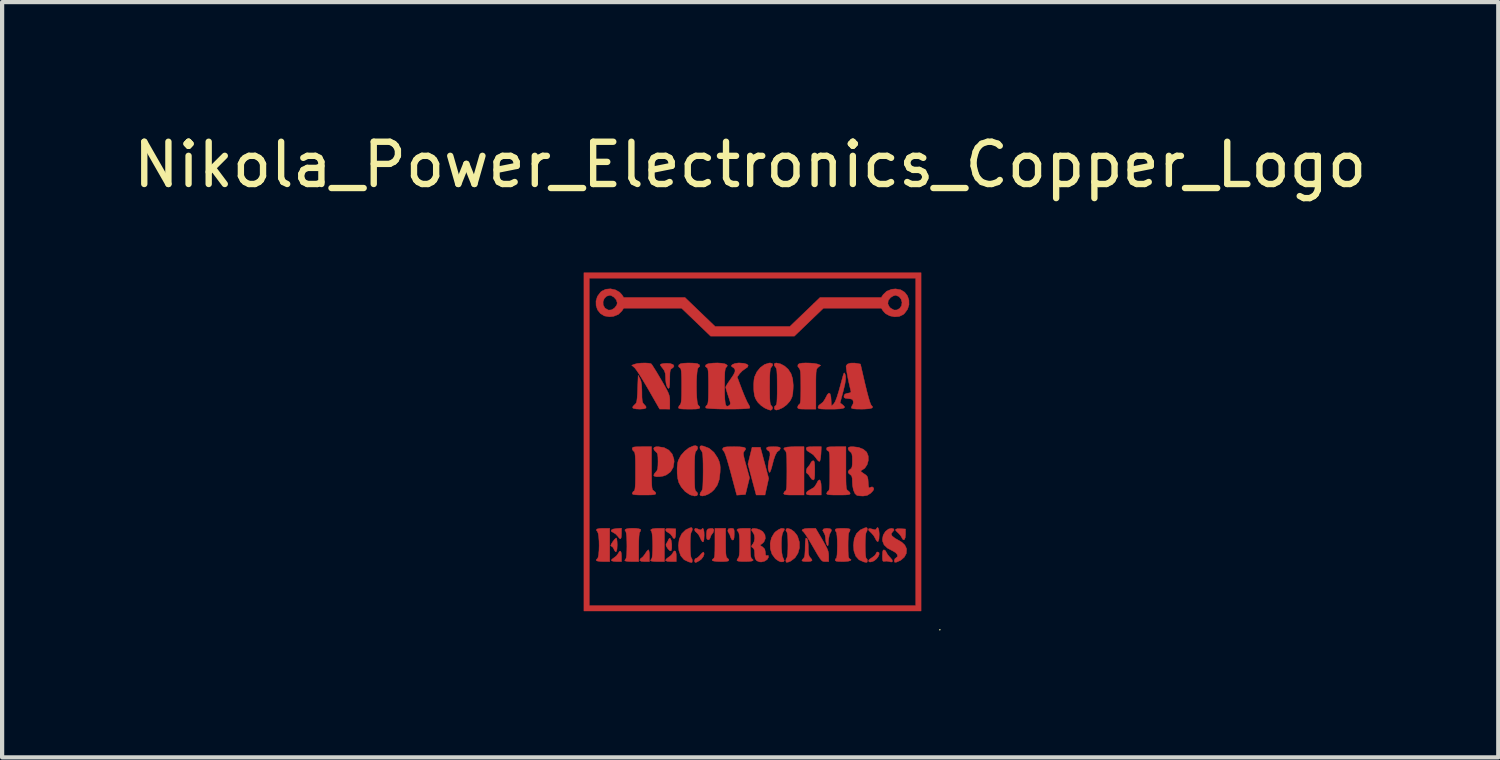
<source format=kicad_pcb>
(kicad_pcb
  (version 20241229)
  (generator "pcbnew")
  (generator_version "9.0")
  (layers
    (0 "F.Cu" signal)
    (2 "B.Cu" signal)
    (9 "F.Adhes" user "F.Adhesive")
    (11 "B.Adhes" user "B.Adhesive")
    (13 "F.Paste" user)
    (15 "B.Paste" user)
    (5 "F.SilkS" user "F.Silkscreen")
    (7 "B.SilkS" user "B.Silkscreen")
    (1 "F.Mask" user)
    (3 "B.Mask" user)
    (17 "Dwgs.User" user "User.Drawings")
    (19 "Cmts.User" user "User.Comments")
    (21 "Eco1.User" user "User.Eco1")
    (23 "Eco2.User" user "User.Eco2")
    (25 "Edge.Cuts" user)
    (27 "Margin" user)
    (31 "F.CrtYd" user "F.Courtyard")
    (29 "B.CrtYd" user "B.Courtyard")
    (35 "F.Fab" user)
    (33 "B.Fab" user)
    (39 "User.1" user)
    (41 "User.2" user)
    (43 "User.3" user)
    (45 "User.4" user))
  (footprint "Nikola_Power_Electronics_Copper_Logo"
    (layer "F.Cu")
    (at 14.696 1.348)
    (property "Reference" "Nikola_Power_Electronics_Copper_Logo" (at 0 -0.5 0) (unlocked yes) (layer "F.SilkS") (effects (font (size 1 1) (thickness 0.15))))
    (attr smd)
    (fp_poly (pts (xy 0.34 6.55) (xy 0.438 6.919) (xy 0.351 7.312) (xy 0.142 7.312) (xy 0.044 6.946) (xy -0.053 6.58) (xy -0.004 6.381) (xy 0.045 6.182) (xy 0.241 6.182) (xy 0.34 6.55)) (stroke (width 0.01) (type solid)) (fill yes) (layer "F.Cu"))
    (fp_poly (pts (xy 4.043 10.056) (xy -3.933 10.056) (xy -3.933 2.182) (xy -3.806 2.182) (xy -3.806 9.928) (xy 3.916 9.928) (xy 3.916 2.182) (xy -3.806 2.182) (xy -3.933 2.182) (xy -3.933 2.054) (xy 4.043 2.054) (xy 4.043 10.056)) (stroke (width 0.01) (type solid)) (fill yes) (layer "F.Cu"))
    (fp_poly (pts (xy -3.044 8.225) (xy -3.049 8.311) (xy -3.065 8.348) (xy -3.094 8.337) (xy -3.131 8.289) (xy -3.184 8.233) (xy -3.238 8.2) (xy -3.286 8.171) (xy -3.287 8.142) (xy -3.245 8.118) (xy -3.165 8.105) (xy -3.162 8.105) (xy -3.044 8.097) (xy -3.044 8.225)) (stroke (width 0.01) (type solid)) (fill yes) (layer "F.Cu"))
    (fp_poly (pts (xy -1.882 8.105) (xy -1.761 8.112) (xy -1.761 8.225) (xy -1.769 8.304) (xy -1.789 8.342) (xy -1.817 8.335) (xy -1.845 8.29) (xy -1.89 8.232) (xy -1.939 8.201) (xy -1.986 8.17) (xy -2.002 8.137) (xy -1.992 8.113) (xy -1.953 8.103) (xy -1.882 8.105)) (stroke (width 0.01) (type solid)) (fill yes) (layer "F.Cu"))
    (fp_poly (pts (xy 3.675 8.116) (xy 3.675 8.239) (xy 3.667 8.321) (xy 3.647 8.367) (xy 3.621 8.372) (xy 3.592 8.332) (xy 3.588 8.321) (xy 3.55 8.26) (xy 3.499 8.207) (xy 3.446 8.157) (xy 3.439 8.125) (xy 3.48 8.109) (xy 3.554 8.109) (xy 3.675 8.116)) (stroke (width 0.01) (type solid)) (fill yes) (layer "F.Cu"))
    (fp_poly (pts (xy -3.049 8.682) (xy -3.044 8.76) (xy -3.044 8.887) (xy -3.157 8.887) (xy -3.228 8.882) (xy -3.276 8.869) (xy -3.284 8.863) (xy -3.275 8.836) (xy -3.232 8.804) (xy -3.227 8.801) (xy -3.165 8.753) (xy -3.125 8.699) (xy -3.092 8.645) (xy -3.066 8.64) (xy -3.049 8.682)) (stroke (width 0.01) (type solid)) (fill yes) (layer "F.Cu"))
    (fp_poly (pts (xy -1.889 8.341) (xy -1.868 8.387) (xy -1.856 8.466) (xy -1.855 8.48) (xy -1.855 8.579) (xy -1.869 8.63) (xy -1.898 8.633) (xy -1.942 8.589) (xy -1.95 8.578) (xy -1.987 8.52) (xy -1.992 8.48) (xy -1.98 8.458) (xy -1.946 8.399) (xy -1.935 8.372) (xy -1.912 8.334) (xy -1.889 8.341)) (stroke (width 0.01) (type solid)) (fill yes) (layer "F.Cu"))
    (fp_poly (pts (xy -2.394 8.631) (xy -2.385 8.69) (xy -2.383 8.747) (xy -2.383 8.887) (xy -2.498 8.887) (xy -2.575 8.881) (xy -2.609 8.863) (xy -2.612 8.852) (xy -2.591 8.813) (xy -2.573 8.802) (xy -2.536 8.771) (xy -2.493 8.715) (xy -2.482 8.697) (xy -2.444 8.641) (xy -2.413 8.61) (xy -2.406 8.608) (xy -2.394 8.631)) (stroke (width 0.01) (type solid)) (fill yes) (layer "F.Cu"))
    (fp_poly (pts (xy -1.761 8.65) (xy -1.75 8.707) (xy -1.748 8.76) (xy -1.748 8.887) (xy -1.875 8.887) (xy -1.962 8.881) (xy -2 8.863) (xy -2.002 8.855) (xy -1.982 8.823) (xy -1.933 8.784) (xy -1.924 8.779) (xy -1.867 8.735) (xy -1.833 8.688) (xy -1.832 8.684) (xy -1.806 8.643) (xy -1.784 8.633) (xy -1.761 8.65)) (stroke (width 0.01) (type solid)) (fill yes) (layer "F.Cu"))
    (fp_poly (pts (xy -1.099 8.664) (xy -1.088 8.707) (xy -1.108 8.766) (xy -1.152 8.826) (xy -1.197 8.862) (xy -1.265 8.9) (xy -1.301 8.908) (xy -1.315 8.886) (xy -1.317 8.862) (xy -1.302 8.821) (xy -1.28 8.811) (xy -1.243 8.792) (xy -1.194 8.746) (xy -1.18 8.729) (xy -1.137 8.682) (xy -1.105 8.663) (xy -1.099 8.664)) (stroke (width 0.01) (type solid)) (fill yes) (layer "F.Cu"))
    (fp_poly (pts (xy 3.048 8.674) (xy 3.051 8.714) (xy 3.03 8.767) (xy 2.989 8.822) (xy 2.935 8.866) (xy 2.9 8.883) (xy 2.845 8.897) (xy 2.813 8.893) (xy 2.8 8.865) (xy 2.823 8.832) (xy 2.887 8.789) (xy 2.943 8.747) (xy 2.974 8.707) (xy 2.976 8.697) (xy 2.996 8.663) (xy 3.014 8.659) (xy 3.048 8.674)) (stroke (width 0.01) (type solid)) (fill yes) (layer "F.Cu"))
    (fp_poly (pts (xy -3.156 8.351) (xy -3.148 8.412) (xy -3.145 8.493) (xy -3.15 8.591) (xy -3.164 8.646) (xy -3.186 8.656) (xy -3.212 8.618) (xy -3.222 8.595) (xy -3.248 8.548) (xy -3.272 8.531) (xy -3.297 8.512) (xy -3.298 8.505) (xy -3.283 8.467) (xy -3.249 8.414) (xy -3.209 8.363) (xy -3.174 8.331) (xy -3.166 8.328) (xy -3.156 8.351)) (stroke (width 0.01) (type solid)) (fill yes) (layer "F.Cu"))
    (fp_poly (pts (xy 1.662 6.977) (xy 1.677 7.048) (xy 1.681 7.135) (xy 1.681 7.312) (xy 1.503 7.312) (xy 1.408 7.311) (xy 1.354 7.304) (xy 1.33 7.289) (xy 1.325 7.268) (xy 1.349 7.227) (xy 1.416 7.186) (xy 1.427 7.181) (xy 1.513 7.129) (xy 1.565 7.053) (xy 1.567 7.047) (xy 1.606 6.975) (xy 1.638 6.952) (xy 1.662 6.977)) (stroke (width 0.01) (type solid)) (fill yes) (layer "F.Cu"))
    (fp_poly (pts (xy 1.675 6.339) (xy 1.667 6.43) (xy 1.654 6.493) (xy 1.639 6.518) (xy 1.61 6.504) (xy 1.571 6.458) (xy 1.557 6.436) (xy 1.492 6.359) (xy 1.414 6.307) (xy 1.345 6.264) (xy 1.325 6.22) (xy 1.33 6.193) (xy 1.352 6.178) (xy 1.401 6.171) (xy 1.489 6.169) (xy 1.504 6.169) (xy 1.683 6.169) (xy 1.675 6.339)) (stroke (width 0.01) (type solid)) (fill yes) (layer "F.Cu"))
    (fp_poly (pts (xy -0.884 8.104) (xy -0.862 8.125) (xy -0.859 8.146) (xy -0.877 8.203) (xy -0.896 8.225) (xy -0.93 8.275) (xy -0.94 8.309) (xy -0.961 8.357) (xy -0.994 8.374) (xy -1.023 8.353) (xy -1.026 8.346) (xy -1.034 8.297) (xy -1.034 8.225) (xy -1.033 8.21) (xy -1.023 8.146) (xy -1 8.116) (xy -0.949 8.105) (xy -0.942 8.104) (xy -0.884 8.104)) (stroke (width 0.01) (type solid)) (fill yes) (layer "F.Cu"))
    (fp_poly (pts (xy -0.409 8.102) (xy -0.387 8.117) (xy -0.378 8.158) (xy -0.377 8.237) (xy -0.377 8.239) (xy -0.381 8.325) (xy -0.393 8.369) (xy -0.413 8.379) (xy -0.443 8.357) (xy -0.465 8.304) (xy -0.466 8.303) (xy -0.485 8.245) (xy -0.506 8.213) (xy -0.525 8.178) (xy -0.529 8.149) (xy -0.517 8.113) (xy -0.47 8.1) (xy -0.453 8.1) (xy -0.409 8.102)) (stroke (width 0.01) (type solid)) (fill yes) (layer "F.Cu"))
    (fp_poly (pts (xy 3.2 8.629) (xy 3.219 8.664) (xy 3.249 8.718) (xy 3.301 8.78) (xy 3.314 8.792) (xy 3.359 8.847) (xy 3.366 8.885) (xy 3.337 8.898) (xy 3.293 8.887) (xy 3.227 8.876) (xy 3.186 8.88) (xy 3.153 8.883) (xy 3.136 8.868) (xy 3.129 8.823) (xy 3.128 8.75) (xy 3.132 8.664) (xy 3.144 8.619) (xy 3.165 8.608) (xy 3.2 8.629)) (stroke (width 0.01) (type solid)) (fill yes) (layer "F.Cu"))
    (fp_poly (pts (xy -1.103 8.12) (xy -1.091 8.187) (xy -1.088 8.265) (xy -1.093 8.366) (xy -1.107 8.418) (xy -1.129 8.42) (xy -1.161 8.372) (xy -1.18 8.328) (xy -1.216 8.258) (xy -1.257 8.208) (xy -1.269 8.2) (xy -1.304 8.166) (xy -1.316 8.127) (xy -1.302 8.102) (xy -1.29 8.1) (xy -1.246 8.111) (xy -1.215 8.125) (xy -1.167 8.137) (xy -1.152 8.125) (xy -1.123 8.098) (xy -1.103 8.12)) (stroke (width 0.01) (type solid)) (fill yes) (layer "F.Cu"))
    (fp_poly (pts (xy -3.323 8.887) (xy -3.474 8.887) (xy -3.557 8.883) (xy -3.618 8.873) (xy -3.641 8.862) (xy -3.635 8.832) (xy -3.617 8.821) (xy -3.598 8.789) (xy -3.585 8.72) (xy -3.576 8.624) (xy -3.573 8.514) (xy -3.575 8.402) (xy -3.583 8.301) (xy -3.595 8.222) (xy -3.613 8.178) (xy -3.615 8.176) (xy -3.642 8.14) (xy -3.622 8.116) (xy -3.553 8.102) (xy -3.474 8.1) (xy -3.323 8.1) (xy -3.323 8.887)) (stroke (width 0.01) (type solid)) (fill yes) (layer "F.Cu"))
    (fp_poly (pts (xy 1.895 8.11) (xy 1.926 8.14) (xy 1.91 8.185) (xy 1.9 8.197) (xy 1.875 8.251) (xy 1.858 8.341) (xy 1.853 8.392) (xy 1.848 8.474) (xy 1.841 8.511) (xy 1.83 8.512) (xy 1.814 8.489) (xy 1.792 8.425) (xy 1.782 8.346) (xy 1.782 8.338) (xy 1.772 8.263) (xy 1.746 8.204) (xy 1.742 8.199) (xy 1.715 8.149) (xy 1.735 8.115) (xy 1.799 8.1) (xy 1.82 8.1) (xy 1.895 8.11)) (stroke (width 0.01) (type solid)) (fill yes) (layer "F.Cu"))
    (fp_poly (pts (xy 3.028 8.092) (xy 3.044 8.142) (xy 3.052 8.223) (xy 3.052 8.252) (xy 3.047 8.351) (xy 3.031 8.406) (xy 3.007 8.414) (xy 2.977 8.374) (xy 2.963 8.345) (xy 2.92 8.27) (xy 2.866 8.209) (xy 2.862 8.206) (xy 2.807 8.152) (xy 2.797 8.116) (xy 2.83 8.104) (xy 2.904 8.122) (xy 2.909 8.124) (xy 2.96 8.135) (xy 2.985 8.114) (xy 2.986 8.109) (xy 3.008 8.079) (xy 3.028 8.092)) (stroke (width 0.01) (type solid)) (fill yes) (layer "F.Cu"))
    (fp_poly (pts (xy -2.028 8.887) (xy -2.193 8.887) (xy -2.277 8.884) (xy -2.336 8.875) (xy -2.358 8.863) (xy -2.34 8.829) (xy -2.333 8.824) (xy -2.321 8.792) (xy -2.313 8.723) (xy -2.308 8.628) (xy -2.306 8.519) (xy -2.308 8.407) (xy -2.313 8.305) (xy -2.321 8.225) (xy -2.331 8.177) (xy -2.337 8.17) (xy -2.353 8.145) (xy -2.348 8.13) (xy -2.312 8.112) (xy -2.239 8.102) (xy -2.179 8.1) (xy -2.028 8.1) (xy -2.028 8.887)) (stroke (width 0.01) (type solid)) (fill yes) (layer "F.Cu"))
    (fp_poly (pts (xy 1.508 6.508) (xy 1.52 6.539) (xy 1.526 6.602) (xy 1.528 6.706) (xy 1.528 6.728) (xy 1.527 6.84) (xy 1.521 6.91) (xy 1.51 6.946) (xy 1.492 6.957) (xy 1.491 6.957) (xy 1.455 6.936) (xy 1.417 6.886) (xy 1.414 6.88) (xy 1.381 6.829) (xy 1.352 6.805) (xy 1.35 6.804) (xy 1.329 6.784) (xy 1.326 6.738) (xy 1.34 6.686) (xy 1.366 6.65) (xy 1.408 6.599) (xy 1.429 6.558) (xy 1.46 6.513) (xy 1.489 6.5) (xy 1.508 6.508)) (stroke (width 0.01) (type solid)) (fill yes) (layer "F.Cu"))
    (fp_poly (pts (xy 0.96 8.122) (xy 1.039 8.179) (xy 1.105 8.26) (xy 1.122 8.291) (xy 1.165 8.427) (xy 1.166 8.563) (xy 1.13 8.69) (xy 1.061 8.797) (xy 0.961 8.874) (xy 0.9 8.899) (xy 0.856 8.904) (xy 0.843 8.874) (xy 0.842 8.865) (xy 0.854 8.816) (xy 0.868 8.798) (xy 0.878 8.767) (xy 0.887 8.695) (xy 0.892 8.591) (xy 0.893 8.493) (xy 0.891 8.371) (xy 0.885 8.273) (xy 0.876 8.209) (xy 0.868 8.189) (xy 0.844 8.153) (xy 0.851 8.116) (xy 0.883 8.1) (xy 0.96 8.122)) (stroke (width 0.01) (type solid)) (fill yes) (layer "F.Cu"))
    (fp_poly (pts (xy 1.349 8.346) (xy 1.366 8.402) (xy 1.375 8.502) (xy 1.376 8.58) (xy 1.379 8.68) (xy 1.39 8.743) (xy 1.413 8.784) (xy 1.426 8.798) (xy 1.459 8.838) (xy 1.463 8.865) (xy 1.432 8.879) (xy 1.374 8.886) (xy 1.308 8.886) (xy 1.251 8.88) (xy 1.224 8.867) (xy 1.223 8.865) (xy 1.241 8.832) (xy 1.262 8.811) (xy 1.281 8.78) (xy 1.293 8.72) (xy 1.299 8.624) (xy 1.3 8.554) (xy 1.302 8.454) (xy 1.308 8.377) (xy 1.317 8.334) (xy 1.322 8.328) (xy 1.349 8.346)) (stroke (width 0.01) (type solid)) (fill yes) (layer "F.Cu"))
    (fp_poly (pts (xy 1.704 8.364) (xy 1.771 8.483) (xy 1.816 8.57) (xy 1.843 8.638) (xy 1.855 8.697) (xy 1.858 8.758) (xy 1.858 8.887) (xy 1.773 8.887) (xy 1.739 8.885) (xy 1.711 8.876) (xy 1.682 8.852) (xy 1.648 8.808) (xy 1.602 8.737) (xy 1.541 8.632) (xy 1.49 8.544) (xy 1.42 8.424) (xy 1.356 8.319) (xy 1.303 8.238) (xy 1.266 8.189) (xy 1.255 8.179) (xy 1.226 8.15) (xy 1.242 8.125) (xy 1.298 8.107) (xy 1.388 8.1) (xy 1.4 8.1) (xy 1.549 8.1) (xy 1.704 8.364)) (stroke (width 0.01) (type solid)) (fill yes) (layer "F.Cu"))
    (fp_poly (pts (xy -2.606 4.561) (xy -2.582 4.621) (xy -2.568 4.702) (xy -2.562 4.817) (xy -2.561 4.881) (xy -2.56 4.997) (xy -2.554 5.073) (xy -2.543 5.122) (xy -2.523 5.154) (xy -2.51 5.166) (xy -2.465 5.218) (xy -2.463 5.253) (xy -2.508 5.273) (xy -2.601 5.28) (xy -2.611 5.28) (xy -2.697 5.276) (xy -2.758 5.264) (xy -2.779 5.251) (xy -2.774 5.217) (xy -2.736 5.177) (xy -2.711 5.155) (xy -2.693 5.127) (xy -2.682 5.085) (xy -2.674 5.018) (xy -2.667 4.917) (xy -2.663 4.806) (xy -2.65 4.48) (xy -2.606 4.561)) (stroke (width 0.01) (type solid)) (fill yes) (layer "F.Cu"))
    (fp_poly (pts (xy -1.368 8.112) (xy -1.367 8.122) (xy -1.379 8.171) (xy -1.393 8.189) (xy -1.403 8.22) (xy -1.412 8.292) (xy -1.417 8.395) (xy -1.418 8.493) (xy -1.416 8.615) (xy -1.41 8.713) (xy -1.401 8.778) (xy -1.393 8.798) (xy -1.374 8.828) (xy -1.368 8.872) (xy -1.375 8.905) (xy -1.386 8.91) (xy -1.425 8.901) (xy -1.455 8.894) (xy -1.563 8.842) (xy -1.641 8.752) (xy -1.686 8.627) (xy -1.698 8.506) (xy -1.678 8.353) (xy -1.619 8.228) (xy -1.525 8.136) (xy -1.425 8.089) (xy -1.381 8.083) (xy -1.368 8.112)) (stroke (width 0.01) (type solid)) (fill yes) (layer "F.Cu"))
    (fp_poly (pts (xy -0.58 8.443) (xy -0.579 8.586) (xy -0.576 8.686) (xy -0.569 8.75) (xy -0.559 8.786) (xy -0.543 8.801) (xy -0.542 8.802) (xy -0.508 8.834) (xy -0.504 8.852) (xy -0.516 8.871) (xy -0.56 8.882) (xy -0.642 8.887) (xy -0.693 8.887) (xy -0.786 8.884) (xy -0.859 8.875) (xy -0.896 8.863) (xy -0.898 8.862) (xy -0.892 8.832) (xy -0.874 8.821) (xy -0.858 8.807) (xy -0.846 8.776) (xy -0.839 8.72) (xy -0.835 8.631) (xy -0.834 8.501) (xy -0.834 8.453) (xy -0.834 8.1) (xy -0.58 8.1) (xy -0.58 8.443)) (stroke (width 0.01) (type solid)) (fill yes) (layer "F.Cu"))
    (fp_poly (pts (xy 0.804 8.107) (xy 0.811 8.133) (xy 0.779 8.185) (xy 0.778 8.187) (xy 0.758 8.242) (xy 0.744 8.332) (xy 0.739 8.444) (xy 0.74 8.562) (xy 0.748 8.672) (xy 0.763 8.761) (xy 0.782 8.807) (xy 0.806 8.862) (xy 0.786 8.892) (xy 0.724 8.893) (xy 0.723 8.893) (xy 0.668 8.87) (xy 0.604 8.825) (xy 0.592 8.814) (xy 0.516 8.711) (xy 0.477 8.586) (xy 0.473 8.452) (xy 0.504 8.323) (xy 0.569 8.212) (xy 0.604 8.177) (xy 0.671 8.13) (xy 0.735 8.102) (xy 0.754 8.1) (xy 0.804 8.107)) (stroke (width 0.01) (type solid)) (fill yes) (layer "F.Cu"))
    (fp_poly (pts (xy 2.773 8.112) (xy 2.773 8.122) (xy 2.762 8.171) (xy 2.747 8.189) (xy 2.737 8.22) (xy 2.729 8.292) (xy 2.724 8.398) (xy 2.722 8.508) (xy 2.724 8.641) (xy 2.73 8.74) (xy 2.739 8.798) (xy 2.747 8.811) (xy 2.768 8.832) (xy 2.773 8.862) (xy 2.769 8.897) (xy 2.749 8.907) (xy 2.696 8.897) (xy 2.685 8.894) (xy 2.574 8.844) (xy 2.498 8.759) (xy 2.454 8.636) (xy 2.443 8.501) (xy 2.461 8.345) (xy 2.515 8.224) (xy 2.606 8.137) (xy 2.716 8.088) (xy 2.759 8.083) (xy 2.773 8.112)) (stroke (width 0.01) (type solid)) (fill yes) (layer "F.Cu"))
    (fp_poly (pts (xy -1.905 4.2) (xy -1.89 4.202) (xy -1.823 4.226) (xy -1.801 4.261) (xy -1.826 4.3) (xy -1.85 4.315) (xy -1.874 4.334) (xy -1.89 4.365) (xy -1.898 4.419) (xy -1.901 4.507) (xy -1.901 4.57) (xy -1.904 4.693) (xy -1.912 4.767) (xy -1.928 4.793) (xy -1.951 4.774) (xy -1.973 4.733) (xy -1.99 4.67) (xy -2.001 4.582) (xy -2.002 4.532) (xy -2.008 4.437) (xy -2.031 4.369) (xy -2.066 4.32) (xy -2.107 4.268) (xy -2.128 4.235) (xy -2.129 4.231) (xy -2.107 4.213) (xy -2.051 4.201) (xy -1.978 4.196) (xy -1.905 4.2)) (stroke (width 0.01) (type solid)) (fill yes) (layer "F.Cu"))
    (fp_poly (pts (xy 1.274 7.312) (xy 1.033 7.312) (xy 0.918 7.311) (xy 0.846 7.306) (xy 0.807 7.296) (xy 0.792 7.28) (xy 0.792 7.273) (xy 0.812 7.231) (xy 0.83 7.22) (xy 0.844 7.207) (xy 0.854 7.177) (xy 0.861 7.124) (xy 0.865 7.039) (xy 0.867 6.917) (xy 0.868 6.751) (xy 0.868 6.747) (xy 0.867 6.581) (xy 0.865 6.459) (xy 0.861 6.373) (xy 0.854 6.316) (xy 0.844 6.282) (xy 0.83 6.262) (xy 0.826 6.259) (xy 0.793 6.222) (xy 0.809 6.195) (xy 0.874 6.178) (xy 0.988 6.17) (xy 1.047 6.169) (xy 1.274 6.169) (xy 1.274 7.312)) (stroke (width 0.01) (type solid)) (fill yes) (layer "F.Cu"))
    (fp_poly (pts (xy -2.399 4.194) (xy -2.346 4.205) (xy -2.342 4.208) (xy -2.32 4.235) (xy -2.279 4.299) (xy -2.221 4.391) (xy -2.154 4.504) (xy -2.107 4.584) (xy -2.03 4.717) (xy -1.975 4.817) (xy -1.939 4.891) (xy -1.917 4.95) (xy -1.905 5.002) (xy -1.901 5.057) (xy -1.901 5.111) (xy -1.901 5.28) (xy -2.021 5.279) (xy -2.142 5.279) (xy -2.407 4.816) (xy -2.49 4.674) (xy -2.569 4.544) (xy -2.638 4.434) (xy -2.694 4.351) (xy -2.732 4.303) (xy -2.737 4.298) (xy -2.803 4.243) (xy -2.731 4.216) (xy -2.666 4.2) (xy -2.577 4.191) (xy -2.482 4.189) (xy -2.399 4.194)) (stroke (width 0.01) (type solid)) (fill yes) (layer "F.Cu"))
    (fp_poly (pts (xy -2.037 6.19) (xy -1.925 6.25) (xy -1.845 6.342) (xy -1.804 6.463) (xy -1.799 6.525) (xy -1.821 6.657) (xy -1.883 6.763) (xy -1.983 6.837) (xy -1.984 6.838) (xy -2.061 6.865) (xy -2.143 6.878) (xy -2.217 6.879) (xy -2.267 6.866) (xy -2.282 6.846) (xy -2.264 6.805) (xy -2.231 6.766) (xy -2.204 6.734) (xy -2.189 6.688) (xy -2.182 6.616) (xy -2.18 6.521) (xy -2.182 6.418) (xy -2.189 6.353) (xy -2.204 6.315) (xy -2.229 6.292) (xy -2.231 6.29) (xy -2.271 6.248) (xy -2.282 6.214) (xy -2.271 6.185) (xy -2.23 6.171) (xy -2.178 6.169) (xy -2.037 6.19)) (stroke (width 0.01) (type solid)) (fill yes) (layer "F.Cu"))
    (fp_poly (pts (xy 0.642 6.172) (xy 0.694 6.181) (xy 0.714 6.198) (xy 0.715 6.208) (xy 0.695 6.25) (xy 0.676 6.262) (xy 0.634 6.297) (xy 0.594 6.37) (xy 0.554 6.485) (xy 0.526 6.595) (xy 0.502 6.683) (xy 0.48 6.748) (xy 0.463 6.778) (xy 0.461 6.779) (xy 0.444 6.757) (xy 0.428 6.703) (xy 0.426 6.696) (xy 0.424 6.624) (xy 0.436 6.53) (xy 0.447 6.478) (xy 0.469 6.376) (xy 0.468 6.31) (xy 0.443 6.272) (xy 0.421 6.261) (xy 0.389 6.227) (xy 0.385 6.208) (xy 0.396 6.186) (xy 0.433 6.174) (xy 0.508 6.17) (xy 0.55 6.169) (xy 0.642 6.172)) (stroke (width 0.01) (type solid)) (fill yes) (layer "F.Cu"))
    (fp_poly (pts (xy -0.246 6.172) (xy -0.159 6.181) (xy -0.114 6.199) (xy -0.106 6.227) (xy -0.131 6.266) (xy -0.135 6.27) (xy -0.152 6.293) (xy -0.16 6.321) (xy -0.157 6.364) (xy -0.144 6.431) (xy -0.118 6.532) (xy -0.096 6.611) (xy -0.015 6.905) (xy -0.112 7.3) (xy -0.214 7.307) (xy -0.317 7.315) (xy -0.414 6.952) (xy -0.47 6.743) (xy -0.516 6.579) (xy -0.553 6.454) (xy -0.582 6.366) (xy -0.605 6.307) (xy -0.623 6.275) (xy -0.636 6.265) (xy -0.653 6.237) (xy -0.649 6.212) (xy -0.634 6.192) (xy -0.602 6.179) (xy -0.542 6.172) (xy -0.447 6.17) (xy -0.379 6.169) (xy -0.246 6.172)) (stroke (width 0.01) (type solid)) (fill yes) (layer "F.Cu"))
    (fp_poly (pts (xy -2.696 8.101) (xy -2.628 8.112) (xy -2.59 8.128) (xy -2.587 8.136) (xy -2.602 8.18) (xy -2.612 8.189) (xy -2.622 8.22) (xy -2.63 8.293) (xy -2.635 8.402) (xy -2.637 8.539) (xy -2.637 8.546) (xy -2.637 8.887) (xy -2.803 8.887) (xy -2.887 8.884) (xy -2.946 8.875) (xy -2.968 8.863) (xy -2.949 8.829) (xy -2.942 8.824) (xy -2.931 8.792) (xy -2.922 8.723) (xy -2.918 8.628) (xy -2.916 8.519) (xy -2.918 8.407) (xy -2.922 8.305) (xy -2.93 8.225) (xy -2.941 8.177) (xy -2.947 8.17) (xy -2.963 8.145) (xy -2.958 8.13) (xy -2.924 8.112) (xy -2.859 8.101) (xy -2.777 8.098) (xy -2.696 8.101)) (stroke (width 0.01) (type solid)) (fill yes) (layer "F.Cu"))
    (fp_poly (pts (xy 0.004 8.453) (xy 0.005 8.596) (xy 0.008 8.697) (xy 0.014 8.762) (xy 0.024 8.8) (xy 0.038 8.818) (xy 0.044 8.821) (xy 0.07 8.846) (xy 0.068 8.862) (xy 0.036 8.875) (xy -0.03 8.883) (xy -0.114 8.886) (xy -0.2 8.885) (xy -0.27 8.879) (xy -0.309 8.867) (xy -0.312 8.865) (xy -0.306 8.832) (xy -0.288 8.811) (xy -0.27 8.784) (xy -0.259 8.734) (xy -0.252 8.652) (xy -0.25 8.529) (xy -0.25 8.493) (xy -0.251 8.36) (xy -0.257 8.269) (xy -0.267 8.212) (xy -0.283 8.181) (xy -0.288 8.176) (xy -0.315 8.14) (xy -0.294 8.116) (xy -0.226 8.102) (xy -0.147 8.1) (xy 0.004 8.1) (xy 0.004 8.453)) (stroke (width 0.01) (type solid)) (fill yes) (layer "F.Cu"))
    (fp_poly (pts (xy 3.395 8.113) (xy 3.404 8.145) (xy 3.366 8.188) (xy 3.366 8.188) (xy 3.336 8.232) (xy 3.357 8.281) (xy 3.427 8.336) (xy 3.476 8.363) (xy 3.588 8.429) (xy 3.658 8.496) (xy 3.695 8.573) (xy 3.7 8.597) (xy 3.694 8.693) (xy 3.645 8.783) (xy 3.561 8.856) (xy 3.465 8.899) (xy 3.421 8.904) (xy 3.408 8.874) (xy 3.408 8.866) (xy 3.425 8.818) (xy 3.446 8.802) (xy 3.485 8.769) (xy 3.482 8.724) (xy 3.441 8.675) (xy 3.369 8.633) (xy 3.246 8.567) (xy 3.168 8.492) (xy 3.132 8.402) (xy 3.128 8.353) (xy 3.148 8.258) (xy 3.199 8.175) (xy 3.271 8.118) (xy 3.342 8.1) (xy 3.395 8.113)) (stroke (width 0.01) (type solid)) (fill yes) (layer "F.Cu"))
    (fp_poly (pts (xy -1.251 6.162) (xy -1.241 6.205) (xy -1.262 6.254) (xy -1.278 6.271) (xy -1.293 6.291) (xy -1.303 6.329) (xy -1.31 6.391) (xy -1.314 6.485) (xy -1.316 6.617) (xy -1.317 6.757) (xy -1.316 6.924) (xy -1.314 7.046) (xy -1.31 7.13) (xy -1.303 7.184) (xy -1.292 7.214) (xy -1.278 7.227) (xy -1.246 7.262) (xy -1.24 7.29) (xy -1.26 7.327) (xy -1.315 7.336) (xy -1.399 7.315) (xy -1.431 7.302) (xy -1.538 7.23) (xy -1.631 7.122) (xy -1.687 7.02) (xy -1.713 6.924) (xy -1.727 6.801) (xy -1.728 6.67) (xy -1.716 6.552) (xy -1.698 6.487) (xy -1.637 6.374) (xy -1.549 6.274) (xy -1.449 6.196) (xy -1.346 6.151) (xy -1.292 6.144) (xy -1.251 6.162)) (stroke (width 0.01) (type solid)) (fill yes) (layer "F.Cu"))
    (fp_poly (pts (xy -1.107 6.154) (xy -0.972 6.206) (xy -0.858 6.302) (xy -0.77 6.434) (xy -0.734 6.515) (xy -0.715 6.585) (xy -0.708 6.664) (xy -0.711 6.772) (xy -0.731 6.943) (xy -0.777 7.077) (xy -0.854 7.186) (xy -0.914 7.242) (xy -0.988 7.29) (xy -1.065 7.322) (xy -1.132 7.335) (xy -1.177 7.325) (xy -1.19 7.301) (xy -1.173 7.248) (xy -1.151 7.22) (xy -1.137 7.196) (xy -1.127 7.155) (xy -1.12 7.088) (xy -1.116 6.989) (xy -1.114 6.85) (xy -1.113 6.742) (xy -1.114 6.577) (xy -1.117 6.455) (xy -1.122 6.37) (xy -1.13 6.315) (xy -1.141 6.283) (xy -1.151 6.271) (xy -1.184 6.22) (xy -1.19 6.188) (xy -1.183 6.155) (xy -1.152 6.147) (xy -1.107 6.154)) (stroke (width 0.01) (type solid)) (fill yes) (layer "F.Cu"))
    (fp_poly (pts (xy 0.713 4.208) (xy 0.815 4.262) (xy 0.9 4.338) (xy 0.967 4.442) (xy 1.006 4.566) (xy 1.019 4.721) (xy 1.016 4.803) (xy 1.008 4.913) (xy 0.991 4.991) (xy 0.961 5.057) (xy 0.935 5.098) (xy 0.862 5.179) (xy 0.774 5.244) (xy 0.755 5.254) (xy 0.669 5.292) (xy 0.615 5.303) (xy 0.584 5.288) (xy 0.571 5.264) (xy 0.576 5.218) (xy 0.597 5.2) (xy 0.613 5.185) (xy 0.624 5.157) (xy 0.632 5.108) (xy 0.636 5.031) (xy 0.639 4.918) (xy 0.639 4.762) (xy 0.639 4.749) (xy 0.638 4.586) (xy 0.636 4.466) (xy 0.631 4.384) (xy 0.622 4.331) (xy 0.61 4.3) (xy 0.601 4.29) (xy 0.567 4.244) (xy 0.572 4.205) (xy 0.613 4.188) (xy 0.615 4.188) (xy 0.713 4.208)) (stroke (width 0.01) (type solid)) (fill yes) (layer "F.Cu"))
    (fp_poly (pts (xy 0.525 4.203) (xy 0.536 4.24) (xy 0.502 4.287) (xy 0.499 4.29) (xy 0.485 4.31) (xy 0.475 4.349) (xy 0.468 4.414) (xy 0.463 4.51) (xy 0.462 4.647) (xy 0.461 4.749) (xy 0.462 4.908) (xy 0.464 5.024) (xy 0.469 5.104) (xy 0.476 5.154) (xy 0.487 5.184) (xy 0.502 5.199) (xy 0.503 5.2) (xy 0.53 5.236) (xy 0.524 5.279) (xy 0.491 5.305) (xy 0.481 5.306) (xy 0.44 5.295) (xy 0.374 5.268) (xy 0.343 5.253) (xy 0.262 5.199) (xy 0.186 5.124) (xy 0.166 5.097) (xy 0.126 5.031) (xy 0.102 4.962) (xy 0.089 4.873) (xy 0.084 4.803) (xy 0.083 4.694) (xy 0.09 4.591) (xy 0.103 4.516) (xy 0.104 4.516) (xy 0.159 4.397) (xy 0.241 4.296) (xy 0.341 4.224) (xy 0.447 4.19) (xy 0.473 4.188) (xy 0.525 4.203)) (stroke (width 0.01) (type solid)) (fill yes) (layer "F.Cu"))
    (fp_poly (pts (xy 1.418 4.191) (xy 1.515 4.199) (xy 1.587 4.212) (xy 1.596 4.215) (xy 1.668 4.243) (xy 1.611 4.289) (xy 1.591 4.308) (xy 1.576 4.33) (xy 1.566 4.364) (xy 1.559 4.416) (xy 1.556 4.495) (xy 1.554 4.608) (xy 1.554 4.763) (xy 1.554 4.808) (xy 1.554 5.28) (xy 1.338 5.28) (xy 1.232 5.279) (xy 1.168 5.275) (xy 1.135 5.264) (xy 1.123 5.246) (xy 1.122 5.232) (xy 1.139 5.185) (xy 1.16 5.17) (xy 1.175 5.156) (xy 1.185 5.125) (xy 1.192 5.068) (xy 1.196 4.978) (xy 1.198 4.849) (xy 1.198 4.751) (xy 1.197 4.593) (xy 1.194 4.478) (xy 1.189 4.399) (xy 1.179 4.35) (xy 1.166 4.322) (xy 1.16 4.315) (xy 1.125 4.266) (xy 1.134 4.223) (xy 1.162 4.204) (xy 1.222 4.192) (xy 1.314 4.188) (xy 1.418 4.191)) (stroke (width 0.01) (type solid)) (fill yes) (layer "F.Cu"))
    (fp_poly (pts (xy 2.286 8.102) (xy 2.342 8.111) (xy 2.365 8.127) (xy 2.366 8.136) (xy 2.351 8.18) (xy 2.341 8.189) (xy 2.33 8.22) (xy 2.322 8.292) (xy 2.317 8.397) (xy 2.316 8.505) (xy 2.317 8.637) (xy 2.321 8.726) (xy 2.328 8.781) (xy 2.341 8.81) (xy 2.355 8.821) (xy 2.388 8.842) (xy 2.375 8.862) (xy 2.324 8.877) (xy 2.239 8.886) (xy 2.187 8.887) (xy 2.091 8.885) (xy 2.036 8.877) (xy 2.013 8.861) (xy 2.011 8.849) (xy 2.025 8.815) (xy 2.036 8.811) (xy 2.047 8.787) (xy 2.056 8.717) (xy 2.06 8.609) (xy 2.062 8.508) (xy 2.06 8.381) (xy 2.054 8.28) (xy 2.045 8.212) (xy 2.036 8.189) (xy 2.013 8.152) (xy 2.011 8.136) (xy 2.023 8.116) (xy 2.064 8.105) (xy 2.143 8.1) (xy 2.189 8.1) (xy 2.286 8.102)) (stroke (width 0.01) (type solid)) (fill yes) (layer "F.Cu"))
    (fp_poly (pts (xy 2.23 4.425) (xy 2.238 4.439) (xy 2.245 4.453) (xy 2.259 4.503) (xy 2.258 4.58) (xy 2.241 4.689) (xy 2.206 4.836) (xy 2.187 4.908) (xy 2.127 5.132) (xy 2.187 5.177) (xy 2.227 5.215) (xy 2.232 5.243) (xy 2.198 5.262) (xy 2.122 5.274) (xy 2.001 5.28) (xy 1.908 5.28) (xy 1.779 5.28) (xy 1.693 5.277) (xy 1.641 5.271) (xy 1.614 5.26) (xy 1.605 5.243) (xy 1.604 5.234) (xy 1.625 5.19) (xy 1.669 5.157) (xy 1.724 5.112) (xy 1.775 5.034) (xy 1.785 5.013) (xy 1.828 4.932) (xy 1.864 4.9) (xy 1.891 4.918) (xy 1.909 4.986) (xy 1.914 5.053) (xy 1.922 5.207) (xy 1.975 5.158) (xy 2.01 5.104) (xy 2.05 5.004) (xy 2.095 4.86) (xy 2.11 4.807) (xy 2.151 4.657) (xy 2.18 4.55) (xy 2.2 4.479) (xy 2.213 4.439) (xy 2.223 4.423) (xy 2.23 4.425)) (stroke (width 0.01) (type solid)) (fill yes) (layer "F.Cu"))
    (fp_poly (pts (xy 0.17 8.114) (xy 0.24 8.14) (xy 0.297 8.177) (xy 0.299 8.178) (xy 0.35 8.255) (xy 0.359 8.341) (xy 0.327 8.419) (xy 0.296 8.451) (xy 0.233 8.5) (xy 0.296 8.542) (xy 0.345 8.592) (xy 0.36 8.665) (xy 0.36 8.671) (xy 0.365 8.729) (xy 0.382 8.747) (xy 0.4 8.743) (xy 0.429 8.742) (xy 0.433 8.78) (xy 0.432 8.787) (xy 0.402 8.838) (xy 0.339 8.878) (xy 0.263 8.896) (xy 0.22 8.893) (xy 0.155 8.867) (xy 0.119 8.819) (xy 0.106 8.736) (xy 0.106 8.705) (xy 0.099 8.618) (xy 0.079 8.573) (xy 0.068 8.566) (xy 0.034 8.54) (xy 0.03 8.527) (xy 0.046 8.491) (xy 0.068 8.464) (xy 0.093 8.415) (xy 0.105 8.342) (xy 0.106 8.33) (xy 0.096 8.255) (xy 0.071 8.204) (xy 0.068 8.201) (xy 0.035 8.156) (xy 0.03 8.131) (xy 0.05 8.107) (xy 0.102 8.102) (xy 0.17 8.114)) (stroke (width 0.01) (type solid)) (fill yes) (layer "F.Cu"))
    (fp_poly (pts (xy 2.53 4.199) (xy 2.609 4.214) (xy 2.719 4.689) (xy 2.762 4.864) (xy 2.8 5.007) (xy 2.832 5.113) (xy 2.857 5.177) (xy 2.869 5.193) (xy 2.899 5.228) (xy 2.882 5.254) (xy 2.816 5.271) (xy 2.701 5.279) (xy 2.632 5.28) (xy 2.513 5.278) (xy 2.438 5.272) (xy 2.4 5.26) (xy 2.392 5.247) (xy 2.408 5.2) (xy 2.419 5.187) (xy 2.438 5.142) (xy 2.438 5.099) (xy 2.425 5.06) (xy 2.39 5.04) (xy 2.32 5.031) (xy 2.252 5.023) (xy 2.222 5.007) (xy 2.218 4.974) (xy 2.219 4.968) (xy 2.239 4.926) (xy 2.291 4.906) (xy 2.31 4.904) (xy 2.368 4.892) (xy 2.385 4.867) (xy 2.382 4.853) (xy 2.358 4.756) (xy 2.332 4.642) (xy 2.308 4.524) (xy 2.288 4.414) (xy 2.274 4.325) (xy 2.269 4.268) (xy 2.269 4.26) (xy 2.299 4.216) (xy 2.368 4.192) (xy 2.467 4.19) (xy 2.53 4.199)) (stroke (width 0.01) (type solid)) (fill yes) (layer "F.Cu"))
    (fp_poly (pts (xy -2.333 6.676) (xy -2.332 6.849) (xy -2.331 6.978) (xy -2.328 7.07) (xy -2.323 7.132) (xy -2.315 7.171) (xy -2.304 7.194) (xy -2.288 7.207) (xy -2.282 7.211) (xy -2.241 7.247) (xy -2.231 7.275) (xy -2.24 7.292) (xy -2.271 7.303) (xy -2.332 7.309) (xy -2.432 7.312) (xy -2.51 7.312) (xy -2.635 7.311) (xy -2.717 7.307) (xy -2.765 7.3) (xy -2.786 7.287) (xy -2.79 7.273) (xy -2.769 7.231) (xy -2.752 7.22) (xy -2.738 7.207) (xy -2.728 7.177) (xy -2.721 7.123) (xy -2.716 7.039) (xy -2.714 6.916) (xy -2.714 6.75) (xy -2.714 6.75) (xy -2.714 6.584) (xy -2.716 6.461) (xy -2.721 6.377) (xy -2.728 6.323) (xy -2.738 6.293) (xy -2.752 6.28) (xy -2.752 6.28) (xy -2.784 6.245) (xy -2.79 6.217) (xy -2.785 6.194) (xy -2.765 6.18) (xy -2.721 6.173) (xy -2.641 6.17) (xy -2.561 6.169) (xy -2.333 6.169) (xy -2.333 6.676)) (stroke (width 0.01) (type solid)) (fill yes) (layer "F.Cu"))
    (fp_poly (pts (xy 2.265 6.676) (xy 2.265 6.849) (xy 2.266 6.978) (xy 2.269 7.07) (xy 2.274 7.132) (xy 2.282 7.171) (xy 2.294 7.194) (xy 2.31 7.207) (xy 2.316 7.211) (xy 2.356 7.247) (xy 2.366 7.275) (xy 2.358 7.292) (xy 2.327 7.303) (xy 2.265 7.309) (xy 2.166 7.312) (xy 2.087 7.312) (xy 1.962 7.311) (xy 1.88 7.307) (xy 1.833 7.3) (xy 1.811 7.287) (xy 1.808 7.273) (xy 1.828 7.231) (xy 1.846 7.22) (xy 1.859 7.207) (xy 1.87 7.178) (xy 1.876 7.124) (xy 1.881 7.041) (xy 1.883 6.92) (xy 1.884 6.756) (xy 1.884 6.738) (xy 1.883 6.571) (xy 1.881 6.448) (xy 1.878 6.363) (xy 1.871 6.31) (xy 1.862 6.281) (xy 1.849 6.271) (xy 1.846 6.271) (xy 1.815 6.25) (xy 1.808 6.22) (xy 1.811 6.196) (xy 1.829 6.181) (xy 1.871 6.173) (xy 1.946 6.17) (xy 2.036 6.169) (xy 2.265 6.169) (xy 2.265 6.676)) (stroke (width 0.01) (type solid)) (fill yes) (layer "F.Cu"))
    (fp_poly (pts (xy -1.367 4.191) (xy -1.279 4.198) (xy -1.247 4.204) (xy -1.2 4.232) (xy -1.193 4.269) (xy -1.228 4.299) (xy -1.243 4.329) (xy -1.255 4.4) (xy -1.264 4.501) (xy -1.269 4.621) (xy -1.27 4.752) (xy -1.268 4.881) (xy -1.263 5) (xy -1.254 5.098) (xy -1.241 5.164) (xy -1.228 5.188) (xy -1.194 5.222) (xy -1.19 5.241) (xy -1.197 5.259) (xy -1.227 5.271) (xy -1.286 5.278) (xy -1.383 5.28) (xy -1.444 5.28) (xy -1.564 5.279) (xy -1.642 5.274) (xy -1.684 5.264) (xy -1.697 5.248) (xy -1.698 5.245) (xy -1.68 5.201) (xy -1.659 5.179) (xy -1.645 5.158) (xy -1.634 5.118) (xy -1.627 5.053) (xy -1.623 4.954) (xy -1.622 4.816) (xy -1.621 4.734) (xy -1.622 4.576) (xy -1.625 4.462) (xy -1.63 4.385) (xy -1.638 4.338) (xy -1.649 4.313) (xy -1.659 4.306) (xy -1.694 4.275) (xy -1.688 4.235) (xy -1.645 4.205) (xy -1.64 4.204) (xy -1.57 4.194) (xy -1.471 4.189) (xy -1.367 4.191)) (stroke (width 0.01) (type solid)) (fill yes) (layer "F.Cu"))
    (fp_poly (pts (xy 2.564 6.185) (xy 2.676 6.229) (xy 2.754 6.295) (xy 2.757 6.299) (xy 2.793 6.39) (xy 2.795 6.493) (xy 2.767 6.594) (xy 2.712 6.677) (xy 2.641 6.725) (xy 2.616 6.739) (xy 2.623 6.759) (xy 2.668 6.792) (xy 2.689 6.806) (xy 2.744 6.844) (xy 2.774 6.882) (xy 2.787 6.937) (xy 2.793 7.016) (xy 2.799 7.098) (xy 2.809 7.137) (xy 2.825 7.142) (xy 2.837 7.134) (xy 2.884 7.118) (xy 2.918 7.142) (xy 2.925 7.172) (xy 2.907 7.209) (xy 2.862 7.258) (xy 2.847 7.272) (xy 2.766 7.322) (xy 2.671 7.336) (xy 2.663 7.336) (xy 2.588 7.331) (xy 2.533 7.323) (xy 2.525 7.321) (xy 2.478 7.277) (xy 2.442 7.194) (xy 2.421 7.084) (xy 2.417 7.01) (xy 2.414 6.92) (xy 2.403 6.867) (xy 2.379 6.838) (xy 2.366 6.83) (xy 2.326 6.794) (xy 2.316 6.766) (xy 2.336 6.727) (xy 2.366 6.703) (xy 2.394 6.681) (xy 2.409 6.643) (xy 2.416 6.578) (xy 2.417 6.499) (xy 2.415 6.402) (xy 2.406 6.342) (xy 2.388 6.307) (xy 2.366 6.29) (xy 2.326 6.248) (xy 2.316 6.214) (xy 2.325 6.186) (xy 2.363 6.172) (xy 2.431 6.169) (xy 2.564 6.185)) (stroke (width 0.01) (type solid)) (fill yes) (layer "F.Cu"))
    (fp_poly (pts (xy -3.19 2.458) (xy -3.091 2.513) (xy -3.034 2.574) (xy -2.992 2.639) (xy -1.543 2.639) (xy -0.829 3.325) (xy 0.939 3.325) (xy 1.296 2.982) (xy 1.496 2.79) (xy 3.257 2.79) (xy 3.295 2.865) (xy 3.322 2.891) (xy 3.402 2.936) (xy 3.473 2.934) (xy 3.536 2.897) (xy 3.582 2.832) (xy 3.592 2.754) (xy 3.57 2.678) (xy 3.521 2.618) (xy 3.45 2.589) (xy 3.434 2.588) (xy 3.384 2.603) (xy 3.324 2.639) (xy 3.322 2.641) (xy 3.266 2.711) (xy 3.257 2.79) (xy 1.496 2.79) (xy 1.653 2.639) (xy 2.377 2.639) (xy 3.102 2.639) (xy 3.144 2.574) (xy 3.228 2.492) (xy 3.344 2.445) (xy 3.441 2.436) (xy 3.56 2.457) (xy 3.654 2.514) (xy 3.72 2.599) (xy 3.755 2.701) (xy 3.757 2.811) (xy 3.723 2.919) (xy 3.65 3.017) (xy 3.621 3.043) (xy 3.526 3.088) (xy 3.414 3.097) (xy 3.3 3.073) (xy 3.201 3.019) (xy 3.144 2.957) (xy 3.102 2.893) (xy 1.733 2.893) (xy 1.389 3.223) (xy 1.046 3.553) (xy 0.055 3.553) (xy -0.936 3.553) (xy -1.279 3.223) (xy -1.623 2.893) (xy -2.992 2.893) (xy -3.034 2.957) (xy -3.118 3.04) (xy -3.234 3.086) (xy -3.331 3.096) (xy -3.45 3.075) (xy -3.544 3.017) (xy -3.61 2.933) (xy -3.645 2.831) (xy -3.647 2.739) (xy -3.48 2.739) (xy -3.477 2.817) (xy -3.438 2.886) (xy -3.426 2.897) (xy -3.352 2.938) (xy -3.28 2.932) (xy -3.212 2.891) (xy -3.156 2.82) (xy -3.145 2.766) (xy -3.167 2.695) (xy -3.222 2.632) (xy -3.291 2.593) (xy -3.324 2.588) (xy -3.399 2.61) (xy -3.452 2.665) (xy -3.48 2.739) (xy -3.647 2.739) (xy -3.647 2.721) (xy -3.613 2.612) (xy -3.54 2.514) (xy -3.511 2.489) (xy -3.416 2.444) (xy -3.304 2.434) (xy -3.19 2.458)) (stroke (width 0.01) (type solid)) (fill yes) (layer "F.Cu"))
    (fp_poly (pts (xy -0.151 4.196) (xy -0.078 4.217) (xy -0.047 4.247) (xy -0.062 4.286) (xy -0.121 4.327) (xy -0.187 4.375) (xy -0.248 4.439) (xy -0.251 4.443) (xy -0.306 4.522) (xy -0.199 4.806) (xy -0.152 4.925) (xy -0.107 5.032) (xy -0.068 5.116) (xy -0.043 5.16) (xy -0.013 5.214) (xy -0.007 5.252) (xy -0.008 5.255) (xy -0.038 5.263) (xy -0.109 5.27) (xy -0.213 5.275) (xy -0.338 5.278) (xy -0.477 5.279) (xy -0.619 5.278) (xy -0.755 5.276) (xy -0.876 5.271) (xy -0.972 5.265) (xy -1.034 5.257) (xy -1.053 5.25) (xy -1.05 5.215) (xy -1.028 5.191) (xy -1.013 5.173) (xy -1.001 5.142) (xy -0.994 5.09) (xy -0.989 5.009) (xy -0.987 4.891) (xy -0.986 4.737) (xy -0.987 4.577) (xy -0.99 4.461) (xy -0.994 4.382) (xy -1.002 4.333) (xy -1.013 4.307) (xy -1.024 4.299) (xy -1.06 4.27) (xy -1.052 4.237) (xy -1.005 4.21) (xy -0.983 4.204) (xy -0.886 4.192) (xy -0.779 4.188) (xy -0.678 4.194) (xy -0.601 4.208) (xy -0.57 4.221) (xy -0.539 4.25) (xy -0.551 4.275) (xy -0.565 4.288) (xy -0.58 4.308) (xy -0.591 4.343) (xy -0.599 4.402) (xy -0.603 4.49) (xy -0.605 4.617) (xy -0.605 4.739) (xy -0.604 4.916) (xy -0.599 5.047) (xy -0.589 5.137) (xy -0.574 5.191) (xy -0.551 5.212) (xy -0.52 5.207) (xy -0.496 5.192) (xy -0.476 5.173) (xy -0.469 5.145) (xy -0.477 5.099) (xy -0.501 5.022) (xy -0.517 4.975) (xy -0.547 4.882) (xy -0.569 4.807) (xy -0.58 4.764) (xy -0.58 4.76) (xy -0.566 4.727) (xy -0.529 4.666) (xy -0.476 4.589) (xy -0.466 4.575) (xy -0.397 4.473) (xy -0.361 4.4) (xy -0.358 4.348) (xy -0.385 4.308) (xy -0.407 4.293) (xy -0.445 4.265) (xy -0.441 4.244) (xy -0.415 4.223) (xy -0.359 4.2) (xy -0.281 4.189) (xy -0.264 4.188) (xy -0.151 4.196)) (stroke (width 0.01) (type solid)) (fill yes) (layer "F.Cu"))
    (fp_poly (pts (xy 4.5 10.5) (xy 4.487 10.513) (xy 4.475 10.5) (xy 4.487 10.487) (xy 4.5 10.5)) (stroke (width 0.01) (type solid)) (fill yes) (layer "F.SilkS")))
  (gr_rect
    (start -3 -3)
    (end 32.393 14.866)
    (stroke (width 0.1) (type default))
    (fill no)
    (layer "Edge.Cuts")))
</source>
